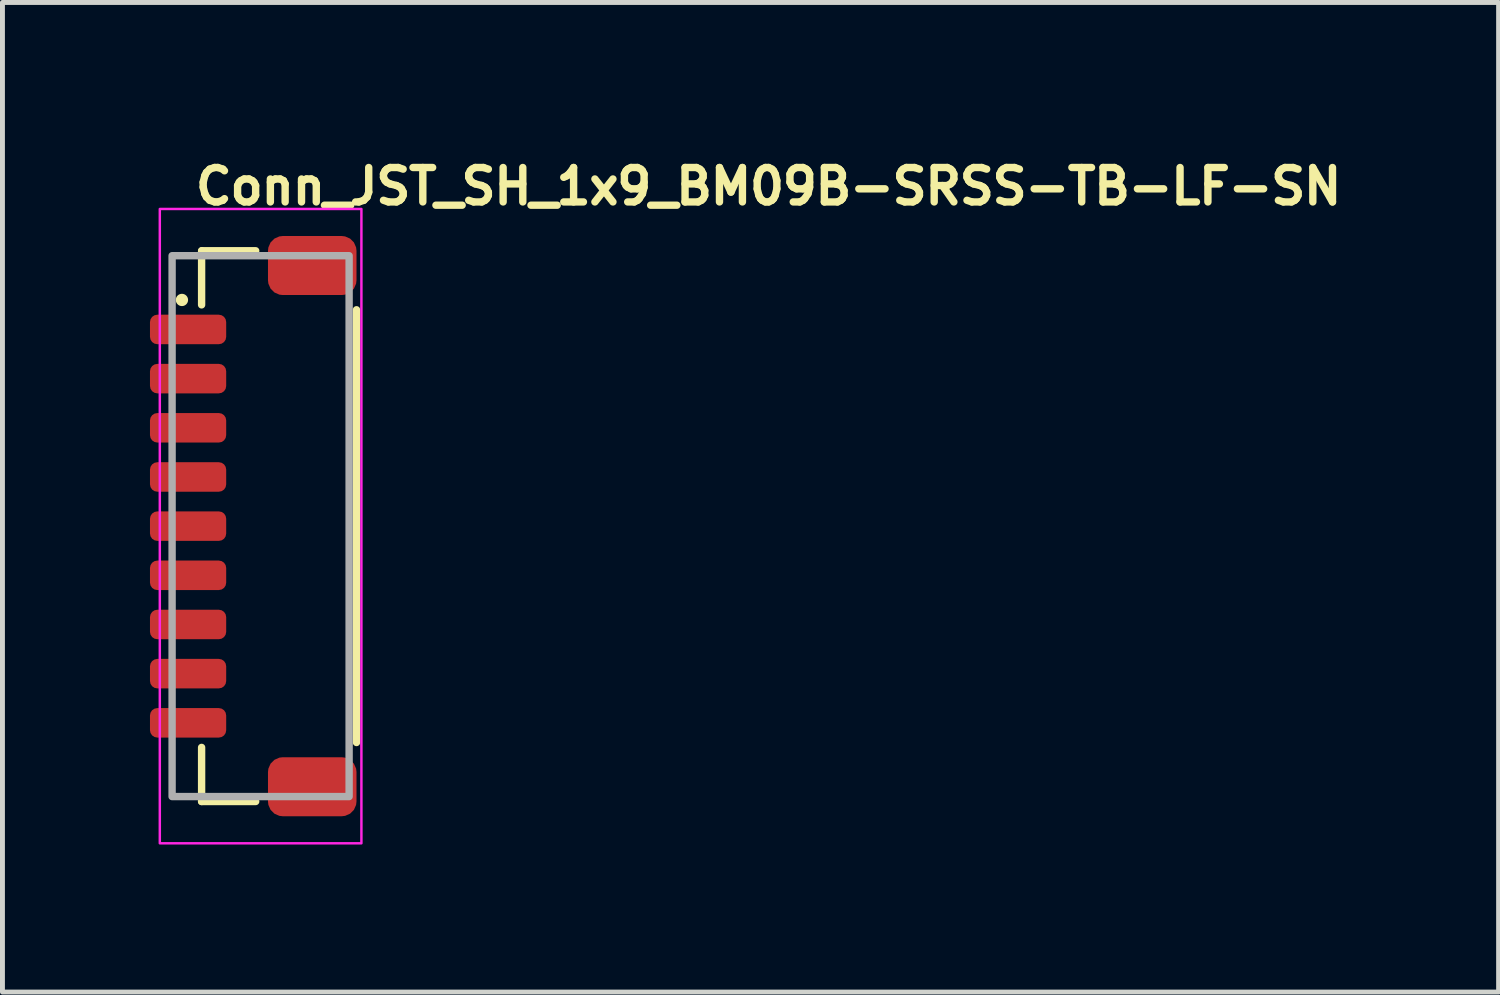
<source format=kicad_pcb>
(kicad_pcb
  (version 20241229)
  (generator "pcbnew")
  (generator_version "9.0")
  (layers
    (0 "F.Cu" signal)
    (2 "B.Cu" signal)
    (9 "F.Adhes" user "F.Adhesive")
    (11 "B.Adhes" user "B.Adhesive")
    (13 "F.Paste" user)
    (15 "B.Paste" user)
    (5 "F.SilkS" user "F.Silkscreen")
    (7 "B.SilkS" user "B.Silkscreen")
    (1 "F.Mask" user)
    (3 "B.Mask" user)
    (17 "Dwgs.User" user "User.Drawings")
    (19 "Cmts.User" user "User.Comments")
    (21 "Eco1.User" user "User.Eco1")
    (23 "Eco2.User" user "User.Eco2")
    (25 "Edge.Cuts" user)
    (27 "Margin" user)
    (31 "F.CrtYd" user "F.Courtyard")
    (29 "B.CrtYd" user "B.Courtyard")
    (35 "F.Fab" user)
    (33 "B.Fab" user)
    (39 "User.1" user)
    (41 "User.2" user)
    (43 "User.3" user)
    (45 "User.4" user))
  (footprint "Conn_JST_SH_1x9_BM09B-SRSS-TB-LF-SN"
    (layer "F.Cu")
    (at 2.25 7.65)
    (property "Reference" "Conn_JST_SH_1x9_BM09B-SRSS-TB-LF-SN" (at -1.4 -6.5 180) (layer "F.SilkS") (effects (font (size 0.7 0.7) (thickness 0.15)) (justify left bottom)))
    (attr smd)
    (fp_line (start -1.2 -5.6) (end -1.2 -4.5) (stroke (width 0.15) (type solid)) (layer "F.SilkS"))
    (fp_line (start -1.2 5.6) (end -1.2 4.5) (stroke (width 0.15) (type solid)) (layer "F.SilkS"))
    (fp_line (start -0.1 -5.6) (end -1.195 -5.6) (stroke (width 0.15) (type solid)) (layer "F.SilkS"))
    (fp_line (start -0.1 5.6) (end -1.2 5.6) (stroke (width 0.15) (type solid)) (layer "F.SilkS"))
    (fp_line (start 1.95 -4.4) (end 1.95 4.4) (stroke (width 0.15) (type solid)) (layer "F.SilkS"))
    (fp_circle (center -1.6 -4.6) (end -1.55 -4.6) (stroke (width 0.15) (type solid)) (fill yes) (layer "F.SilkS"))
    (fp_rect (start -2.05 -6.45) (end 2.05 6.45) (stroke (width 0.05) (type solid)) (fill no) (layer "F.CrtYd"))
    (fp_rect (start -1.8 -5.5) (end 1.8 5.5) (stroke (width 0.15) (type solid)) (fill no) (layer "F.Fab"))
    (fp_rect (start -1.8 -5.5) (end 1.8 5.5) (stroke (width 0.1) (type solid)) (fill no) (layer "User.5"))
    (fp_line (start -1.8 -4.1) (end -1.8 -3.9) (stroke (width 0.02) (type solid)) (layer "User.9"))
    (fp_line (start -1.8 -4.1) (end -1.1 -4.1) (stroke (width 0.02) (type solid)) (layer "User.9"))
    (fp_line (start -1.8 -3.9) (end -1.1 -3.9) (stroke (width 0.02) (type solid)) (layer "User.9"))
    (fp_line (start -1.8 -3.1) (end -1.8 -2.9) (stroke (width 0.02) (type solid)) (layer "User.9"))
    (fp_line (start -1.8 -3.1) (end -1.1 -3.1) (stroke (width 0.02) (type solid)) (layer "User.9"))
    (fp_line (start -1.8 -2.9) (end -1.1 -2.9) (stroke (width 0.02) (type solid)) (layer "User.9"))
    (fp_line (start -1.8 -2.1) (end -1.8 -1.9) (stroke (width 0.02) (type solid)) (layer "User.9"))
    (fp_line (start -1.8 -2.1) (end -1.1 -2.1) (stroke (width 0.02) (type solid)) (layer "User.9"))
    (fp_line (start -1.8 -1.9) (end -1.1 -1.9) (stroke (width 0.02) (type solid)) (layer "User.9"))
    (fp_line (start -1.8 -1.1) (end -1.8 -0.9) (stroke (width 0.02) (type solid)) (layer "User.9"))
    (fp_line (start -1.8 -1.1) (end -1.1 -1.1) (stroke (width 0.02) (type solid)) (layer "User.9"))
    (fp_line (start -1.8 -0.9) (end -1.1 -0.9) (stroke (width 0.02) (type solid)) (layer "User.9"))
    (fp_line (start -1.8 -0.1) (end -1.8 0.1) (stroke (width 0.02) (type solid)) (layer "User.9"))
    (fp_line (start -1.8 -0.1) (end -1.1 -0.1) (stroke (width 0.02) (type solid)) (layer "User.9"))
    (fp_line (start -1.8 0.1) (end -1.1 0.1) (stroke (width 0.02) (type solid)) (layer "User.9"))
    (fp_line (start -1.8 0.9) (end -1.8 1.1) (stroke (width 0.02) (type solid)) (layer "User.9"))
    (fp_line (start -1.8 0.9) (end -1.1 0.9) (stroke (width 0.02) (type solid)) (layer "User.9"))
    (fp_line (start -1.8 1.1) (end -1.1 1.1) (stroke (width 0.02) (type solid)) (layer "User.9"))
    (fp_line (start -1.8 1.9) (end -1.8 2.1) (stroke (width 0.02) (type solid)) (layer "User.9"))
    (fp_line (start -1.8 1.9) (end -1.1 1.9) (stroke (width 0.02) (type solid)) (layer "User.9"))
    (fp_line (start -1.8 2.1) (end -1.1 2.1) (stroke (width 0.02) (type solid)) (layer "User.9"))
    (fp_line (start -1.8 2.9) (end -1.8 3.1) (stroke (width 0.02) (type solid)) (layer "User.9"))
    (fp_line (start -1.8 2.9) (end -1.1 2.9) (stroke (width 0.02) (type solid)) (layer "User.9"))
    (fp_line (start -1.8 3.1) (end -1.1 3.1) (stroke (width 0.02) (type solid)) (layer "User.9"))
    (fp_line (start -1.8 3.9) (end -1.8 4.1) (stroke (width 0.02) (type solid)) (layer "User.9"))
    (fp_line (start -1.8 3.9) (end -1.1 3.9) (stroke (width 0.02) (type solid)) (layer "User.9"))
    (fp_line (start -1.8 4.1) (end -1.1 4.1) (stroke (width 0.02) (type solid)) (layer "User.9"))
    (fp_line (start -1.1 -5.5) (end -0.55 -5.5) (stroke (width 0.02) (type solid)) (layer "User.9"))
    (fp_line (start -1.1 -5) (end -1.1 -5.5) (stroke (width 0.02) (type solid)) (layer "User.9"))
    (fp_line (start -1.1 -5) (end -1.1 5) (stroke (width 0.02) (type solid)) (layer "User.9"))
    (fp_line (start -1.1 5) (end -1.1 5.5) (stroke (width 0.02) (type solid)) (layer "User.9"))
    (fp_line (start -1.1 5.5) (end -0.55 5.5) (stroke (width 0.02) (type solid)) (layer "User.9"))
    (fp_line (start -0.7 -4.7) (end -0.7 4.7) (stroke (width 0.02) (type solid)) (layer "User.9"))
    (fp_line (start -0.7 4.7) (end 0.3 4.7) (stroke (width 0.02) (type solid)) (layer "User.9"))
    (fp_line (start -0.55 -5.5) (end 0.1 -5.5) (stroke (width 0.02) (type solid)) (layer "User.9"))
    (fp_line (start -0.55 -5) (end -0.55 -5.5) (stroke (width 0.02) (type solid)) (layer "User.9"))
    (fp_line (start -0.55 5) (end -0.55 5.5) (stroke (width 0.02) (type solid)) (layer "User.9"))
    (fp_line (start -0.55 5.5) (end 0.1 5.5) (stroke (width 0.02) (type solid)) (layer "User.9"))
    (fp_line (start 0.1 -5) (end -1.1 -5) (stroke (width 0.02) (type solid)) (layer "User.9"))
    (fp_line (start 0.1 -5) (end 0.1 -5.5) (stroke (width 0.02) (type solid)) (layer "User.9"))
    (fp_line (start 0.1 5) (end -1.1 5) (stroke (width 0.02) (type solid)) (layer "User.9"))
    (fp_line (start 0.1 5) (end 0.1 5.5) (stroke (width 0.02) (type solid)) (layer "User.9"))
    (fp_line (start 0.3 -5.05) (end 0.3 -4.7) (stroke (width 0.02) (type solid)) (layer "User.9"))
    (fp_line (start 0.3 -4.7) (end -0.7 -4.7) (stroke (width 0.02) (type solid)) (layer "User.9"))
    (fp_line (start 0.3 -4.7) (end 0.9 -4.7) (stroke (width 0.02) (type solid)) (layer "User.9"))
    (fp_line (start 0.3 4.7) (end 0.3 5.05) (stroke (width 0.02) (type solid)) (layer "User.9"))
    (fp_line (start 0.3 5.05) (end 0.9 5.05) (stroke (width 0.02) (type solid)) (layer "User.9"))
    (fp_line (start 0.5 -4.1) (end 0.5 -3.9) (stroke (width 0.02) (type solid)) (layer "User.9"))
    (fp_line (start 0.5 -4.1) (end 0.63 -4.1) (stroke (width 0.02) (type solid)) (layer "User.9"))
    (fp_line (start 0.5 -3.9) (end 0.63 -3.9) (stroke (width 0.02) (type solid)) (layer "User.9"))
    (fp_line (start 0.5 -3.1) (end 0.5 -2.9) (stroke (width 0.02) (type solid)) (layer "User.9"))
    (fp_line (start 0.5 -3.1) (end 0.63 -3.1) (stroke (width 0.02) (type solid)) (layer "User.9"))
    (fp_line (start 0.5 -2.9) (end 0.63 -2.9) (stroke (width 0.02) (type solid)) (layer "User.9"))
    (fp_line (start 0.5 -2.1) (end 0.5 -1.9) (stroke (width 0.02) (type solid)) (layer "User.9"))
    (fp_line (start 0.5 -2.1) (end 0.63 -2.1) (stroke (width 0.02) (type solid)) (layer "User.9"))
    (fp_line (start 0.5 -1.9) (end 0.63 -1.9) (stroke (width 0.02) (type solid)) (layer "User.9"))
    (fp_line (start 0.5 -1.1) (end 0.5 -0.9) (stroke (width 0.02) (type solid)) (layer "User.9"))
    (fp_line (start 0.5 -1.1) (end 0.63 -1.1) (stroke (width 0.02) (type solid)) (layer "User.9"))
    (fp_line (start 0.5 -0.9) (end 0.63 -0.9) (stroke (width 0.02) (type solid)) (layer "User.9"))
    (fp_line (start 0.5 -0.1) (end 0.5 0.1) (stroke (width 0.02) (type solid)) (layer "User.9"))
    (fp_line (start 0.5 -0.1) (end 0.63 -0.1) (stroke (width 0.02) (type solid)) (layer "User.9"))
    (fp_line (start 0.5 0.1) (end 0.63 0.1) (stroke (width 0.02) (type solid)) (layer "User.9"))
    (fp_line (start 0.5 0.9) (end 0.5 1.1) (stroke (width 0.02) (type solid)) (layer "User.9"))
    (fp_line (start 0.5 0.9) (end 0.63 0.9) (stroke (width 0.02) (type solid)) (layer "User.9"))
    (fp_line (start 0.5 1.1) (end 0.63 1.1) (stroke (width 0.02) (type solid)) (layer "User.9"))
    (fp_line (start 0.5 1.9) (end 0.5 2.1) (stroke (width 0.02) (type solid)) (layer "User.9"))
    (fp_line (start 0.5 1.9) (end 0.63 1.9) (stroke (width 0.02) (type solid)) (layer "User.9"))
    (fp_line (start 0.5 2.1) (end 0.63 2.1) (stroke (width 0.02) (type solid)) (layer "User.9"))
    (fp_line (start 0.5 2.9) (end 0.5 3.1) (stroke (width 0.02) (type solid)) (layer "User.9"))
    (fp_line (start 0.5 2.9) (end 0.63 2.9) (stroke (width 0.02) (type solid)) (layer "User.9"))
    (fp_line (start 0.5 3.1) (end 0.63 3.1) (stroke (width 0.02) (type solid)) (layer "User.9"))
    (fp_line (start 0.5 3.9) (end 0.5 4.1) (stroke (width 0.02) (type solid)) (layer "User.9"))
    (fp_line (start 0.5 3.9) (end 0.63 3.9) (stroke (width 0.02) (type solid)) (layer "User.9"))
    (fp_line (start 0.5 4.1) (end 0.63 4.1) (stroke (width 0.02) (type solid)) (layer "User.9"))
    (fp_line (start 0.63 -4.1) (end 0.63 -3.9) (stroke (width 0.02) (type solid)) (layer "User.9"))
    (fp_line (start 0.63 -4.1) (end 0.98 -4.1) (stroke (width 0.02) (type solid)) (layer "User.9"))
    (fp_line (start 0.63 -3.9) (end 0.98 -3.9) (stroke (width 0.02) (type solid)) (layer "User.9"))
    (fp_line (start 0.63 -3.1) (end 0.63 -2.9) (stroke (width 0.02) (type solid)) (layer "User.9"))
    (fp_line (start 0.63 -3.1) (end 0.98 -3.1) (stroke (width 0.02) (type solid)) (layer "User.9"))
    (fp_line (start 0.63 -2.9) (end 0.98 -2.9) (stroke (width 0.02) (type solid)) (layer "User.9"))
    (fp_line (start 0.63 -2.1) (end 0.63 -1.9) (stroke (width 0.02) (type solid)) (layer "User.9"))
    (fp_line (start 0.63 -2.1) (end 0.98 -2.1) (stroke (width 0.02) (type solid)) (layer "User.9"))
    (fp_line (start 0.63 -1.9) (end 0.98 -1.9) (stroke (width 0.02) (type solid)) (layer "User.9"))
    (fp_line (start 0.63 -1.1) (end 0.63 -0.9) (stroke (width 0.02) (type solid)) (layer "User.9"))
    (fp_line (start 0.63 -1.1) (end 0.98 -1.1) (stroke (width 0.02) (type solid)) (layer "User.9"))
    (fp_line (start 0.63 -0.9) (end 0.98 -0.9) (stroke (width 0.02) (type solid)) (layer "User.9"))
    (fp_line (start 0.63 -0.1) (end 0.63 0.1) (stroke (width 0.02) (type solid)) (layer "User.9"))
    (fp_line (start 0.63 -0.1) (end 0.98 -0.1) (stroke (width 0.02) (type solid)) (layer "User.9"))
    (fp_line (start 0.63 0.1) (end 0.98 0.1) (stroke (width 0.02) (type solid)) (layer "User.9"))
    (fp_line (start 0.63 0.9) (end 0.63 1.1) (stroke (width 0.02) (type solid)) (layer "User.9"))
    (fp_line (start 0.63 0.9) (end 0.98 0.9) (stroke (width 0.02) (type solid)) (layer "User.9"))
    (fp_line (start 0.63 1.1) (end 0.98 1.1) (stroke (width 0.02) (type solid)) (layer "User.9"))
    (fp_line (start 0.63 1.9) (end 0.63 2.1) (stroke (width 0.02) (type solid)) (layer "User.9"))
    (fp_line (start 0.63 1.9) (end 0.98 1.9) (stroke (width 0.02) (type solid)) (layer "User.9"))
    (fp_line (start 0.63 2.1) (end 0.98 2.1) (stroke (width 0.02) (type solid)) (layer "User.9"))
    (fp_line (start 0.63 2.9) (end 0.63 3.1) (stroke (width 0.02) (type solid)) (layer "User.9"))
    (fp_line (start 0.63 2.9) (end 0.98 2.9) (stroke (width 0.02) (type solid)) (layer "User.9"))
    (fp_line (start 0.63 3.1) (end 0.98 3.1) (stroke (width 0.02) (type solid)) (layer "User.9"))
    (fp_line (start 0.63 3.9) (end 0.63 4.1) (stroke (width 0.02) (type solid)) (layer "User.9"))
    (fp_line (start 0.63 3.9) (end 0.98 3.9) (stroke (width 0.02) (type solid)) (layer "User.9"))
    (fp_line (start 0.63 4.1) (end 0.98 4.1) (stroke (width 0.02) (type solid)) (layer "User.9"))
    (fp_line (start 0.9 -5.05) (end 0.3 -5.05) (stroke (width 0.02) (type solid)) (layer "User.9"))
    (fp_line (start 0.9 -4.7) (end 0.9 -5.05) (stroke (width 0.02) (type solid)) (layer "User.9"))
    (fp_line (start 0.9 4.7) (end 0.3 4.7) (stroke (width 0.02) (type solid)) (layer "User.9"))
    (fp_line (start 0.9 4.7) (end 1.4 4.7) (stroke (width 0.02) (type solid)) (layer "User.9"))
    (fp_line (start 0.9 5.05) (end 0.9 4.7) (stroke (width 0.02) (type solid)) (layer "User.9"))
    (fp_line (start 0.98 -4.1) (end 0.98 -3.9) (stroke (width 0.02) (type solid)) (layer "User.9"))
    (fp_line (start 0.98 -3.1) (end 0.98 -2.9) (stroke (width 0.02) (type solid)) (layer "User.9"))
    (fp_line (start 0.98 -2.1) (end 0.98 -1.9) (stroke (width 0.02) (type solid)) (layer "User.9"))
    (fp_line (start 0.98 -1.1) (end 0.98 -0.9) (stroke (width 0.02) (type solid)) (layer "User.9"))
    (fp_line (start 0.98 -0.1) (end 0.98 0.1) (stroke (width 0.02) (type solid)) (layer "User.9"))
    (fp_line (start 0.98 0.9) (end 0.98 1.1) (stroke (width 0.02) (type solid)) (layer "User.9"))
    (fp_line (start 0.98 1.9) (end 0.98 2.1) (stroke (width 0.02) (type solid)) (layer "User.9"))
    (fp_line (start 0.98 2.9) (end 0.98 3.1) (stroke (width 0.02) (type solid)) (layer "User.9"))
    (fp_line (start 0.98 3.9) (end 0.98 4.1) (stroke (width 0.02) (type solid)) (layer "User.9"))
    (fp_line (start 1.4 -4.7) (end 0.9 -4.7) (stroke (width 0.02) (type solid)) (layer "User.9"))
    (fp_line (start 1.4 4.7) (end 1.4 -4.7) (stroke (width 0.02) (type solid)) (layer "User.9"))
    (fp_line (start 1.8 -5.5) (end 0.1 -5.5) (stroke (width 0.02) (type solid)) (layer "User.9"))
    (fp_line (start 1.8 -5.5) (end 1.8 5.5) (stroke (width 0.02) (type solid)) (layer "User.9"))
    (fp_line (start 1.8 5.5) (end 0.1 5.5) (stroke (width 0.02) (type solid)) (layer "User.9"))
    (pad "1" smd roundrect (at -1.475 -4 270) (size 0.6 1.55) (layers "F.Cu" "F.Mask" "F.Paste") (roundrect_rratio 0.25))
    (pad "2" smd roundrect (at -1.475 -3 270) (size 0.6 1.55) (layers "F.Cu" "F.Mask" "F.Paste") (roundrect_rratio 0.25))
    (pad "3" smd roundrect (at -1.475 -2 270) (size 0.6 1.55) (layers "F.Cu" "F.Mask" "F.Paste") (roundrect_rratio 0.25))
    (pad "4" smd roundrect (at -1.475 -1 270) (size 0.6 1.55) (layers "F.Cu" "F.Mask" "F.Paste") (roundrect_rratio 0.25))
    (pad "5" smd roundrect (at -1.475 0 270) (size 0.6 1.55) (layers "F.Cu" "F.Mask" "F.Paste") (roundrect_rratio 0.25))
    (pad "6" smd roundrect (at -1.475 1 270) (size 0.6 1.55) (layers "F.Cu" "F.Mask" "F.Paste") (roundrect_rratio 0.25))
    (pad "7" smd roundrect (at -1.475 2 270) (size 0.6 1.55) (layers "F.Cu" "F.Mask" "F.Paste") (roundrect_rratio 0.25))
    (pad "8" smd roundrect (at -1.475 3 270) (size 0.6 1.55) (layers "F.Cu" "F.Mask" "F.Paste") (roundrect_rratio 0.25))
    (pad "9" smd roundrect (at -1.475 4 270) (size 0.6 1.55) (layers "F.Cu" "F.Mask" "F.Paste") (roundrect_rratio 0.25))
    (pad "MP" smd roundrect (at 1.05 -5.3 270) (size 1.2 1.8) (layers "F.Cu" "F.Mask" "F.Paste") (roundrect_rratio 0.25))
    (pad "MP" smd roundrect (at 1.05 5.3 270) (size 1.2 1.8) (layers "F.Cu" "F.Mask" "F.Paste") (roundrect_rratio 0.25)))
  (gr_rect
    (start -3 -3)
    (end 27.427 17.125)
    (stroke (width 0.1) (type default))
    (fill no)
    (layer "Edge.Cuts")))
</source>
